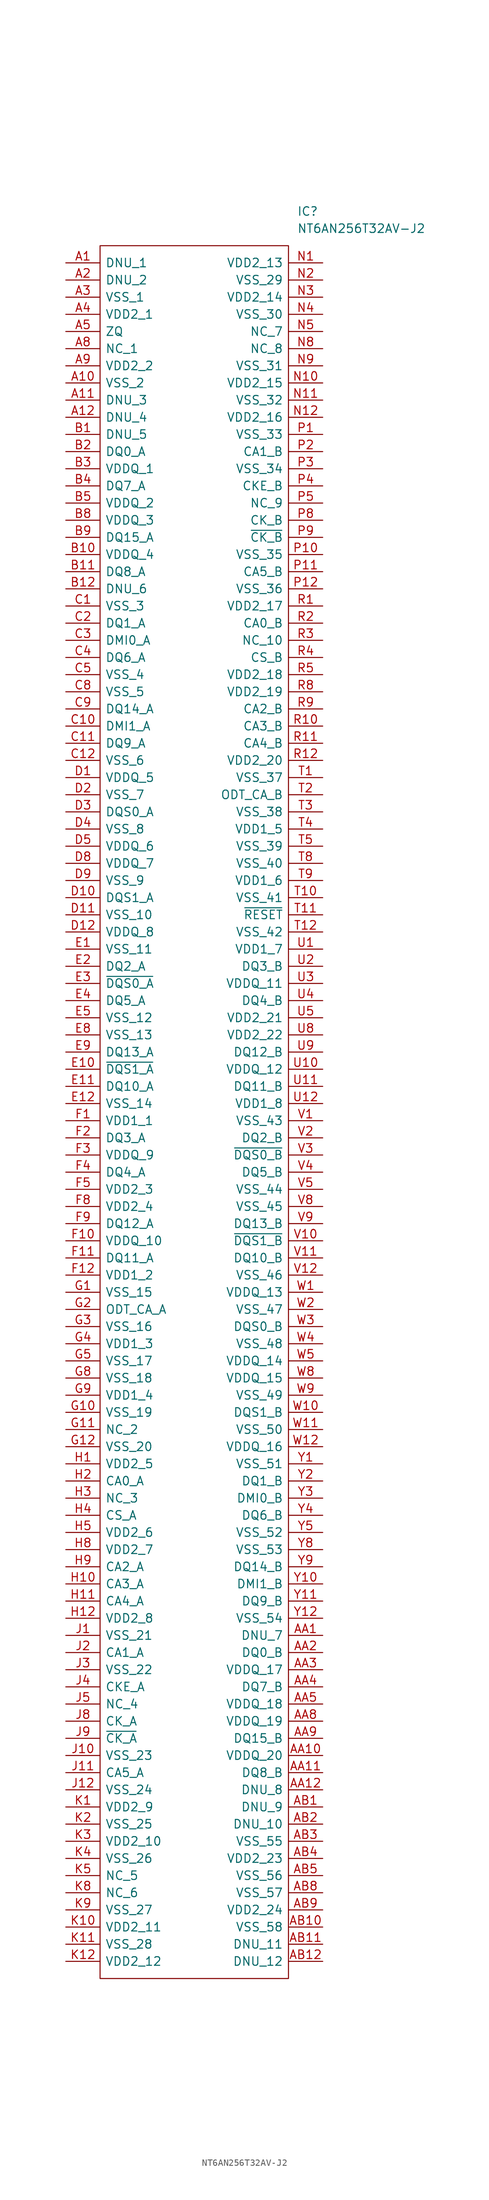
<source format=kicad_sym>
(kicad_symbol_lib
  (version 20211014)
  (generator kicad_symbol_editor)
  (symbol "NT6AN256T32AV-J2"
    (pin_names
      (offset 0.762))
    (property "Reference" "IC"
      (at 34.29 7.62 0)
      (effects (font (size 1.27 1.27)) (justify left)))
    (property "Value" "NT6AN256T32AV-J2"
      (at 34.29 5.08 0)
      (effects (font (size 1.27 1.27)) (justify left)))
    (symbol "NT6AN256T32AV-J2_0_0"
      (pin passive line (at 0 0 0) (length 5.08) (name "DNU_1" (effects (font (size 1.27 1.27)))) (number "A1" (effects (font (size 1.27 1.27)))))
      (pin passive line (at 0 -17.78 0) (length 5.08) (name "VSS_2" (effects (font (size 1.27 1.27)))) (number "A10" (effects (font (size 1.27 1.27)))))
      (pin passive line (at 0 -20.32 0) (length 5.08) (name "DNU_3" (effects (font (size 1.27 1.27)))) (number "A11" (effects (font (size 1.27 1.27)))))
      (pin passive line (at 0 -22.86 0) (length 5.08) (name "DNU_4" (effects (font (size 1.27 1.27)))) (number "A12" (effects (font (size 1.27 1.27)))))
      (pin passive line (at 0 -2.54 0) (length 5.08) (name "DNU_2" (effects (font (size 1.27 1.27)))) (number "A2" (effects (font (size 1.27 1.27)))))
      (pin passive line (at 0 -5.08 0) (length 5.08) (name "VSS_1" (effects (font (size 1.27 1.27)))) (number "A3" (effects (font (size 1.27 1.27)))))
      (pin passive line (at 0 -7.62 0) (length 5.08) (name "VDD2_1" (effects (font (size 1.27 1.27)))) (number "A4" (effects (font (size 1.27 1.27)))))
      (pin passive line (at 0 -10.16 0) (length 5.08) (name "ZQ" (effects (font (size 1.27 1.27)))) (number "A5" (effects (font (size 1.27 1.27)))))
      (pin passive line (at 0 -12.7 0) (length 5.08) (name "NC_1" (effects (font (size 1.27 1.27)))) (number "A8" (effects (font (size 1.27 1.27)))))
      (pin passive line (at 0 -15.24 0) (length 5.08) (name "VDD2_2" (effects (font (size 1.27 1.27)))) (number "A9" (effects (font (size 1.27 1.27)))))
      (pin passive line (at 38.1 -203.2 180) (length 5.08) (name "DNU_7" (effects (font (size 1.27 1.27)))) (number "AA1" (effects (font (size 1.27 1.27)))))
      (pin passive line (at 38.1 -220.98 180) (length 5.08) (name "VDDQ_20" (effects (font (size 1.27 1.27)))) (number "AA10" (effects (font (size 1.27 1.27)))))
      (pin passive line (at 38.1 -223.52 180) (length 5.08) (name "DQ8_B" (effects (font (size 1.27 1.27)))) (number "AA11" (effects (font (size 1.27 1.27)))))
      (pin passive line (at 38.1 -226.06 180) (length 5.08) (name "DNU_8" (effects (font (size 1.27 1.27)))) (number "AA12" (effects (font (size 1.27 1.27)))))
      (pin passive line (at 38.1 -205.74 180) (length 5.08) (name "DQ0_B" (effects (font (size 1.27 1.27)))) (number "AA2" (effects (font (size 1.27 1.27)))))
      (pin passive line (at 38.1 -208.28 180) (length 5.08) (name "VDDQ_17" (effects (font (size 1.27 1.27)))) (number "AA3" (effects (font (size 1.27 1.27)))))
      (pin passive line (at 38.1 -210.82 180) (length 5.08) (name "DQ7_B" (effects (font (size 1.27 1.27)))) (number "AA4" (effects (font (size 1.27 1.27)))))
      (pin passive line (at 38.1 -213.36 180) (length 5.08) (name "VDDQ_18" (effects (font (size 1.27 1.27)))) (number "AA5" (effects (font (size 1.27 1.27)))))
      (pin passive line (at 38.1 -215.9 180) (length 5.08) (name "VDDQ_19" (effects (font (size 1.27 1.27)))) (number "AA8" (effects (font (size 1.27 1.27)))))
      (pin passive line (at 38.1 -218.44 180) (length 5.08) (name "DQ15_B" (effects (font (size 1.27 1.27)))) (number "AA9" (effects (font (size 1.27 1.27)))))
      (pin passive line (at 38.1 -228.6 180) (length 5.08) (name "DNU_9" (effects (font (size 1.27 1.27)))) (number "AB1" (effects (font (size 1.27 1.27)))))
      (pin passive line (at 38.1 -246.38 180) (length 5.08) (name "VSS_58" (effects (font (size 1.27 1.27)))) (number "AB10" (effects (font (size 1.27 1.27)))))
      (pin passive line (at 38.1 -248.92 180) (length 5.08) (name "DNU_11" (effects (font (size 1.27 1.27)))) (number "AB11" (effects (font (size 1.27 1.27)))))
      (pin passive line (at 38.1 -251.46 180) (length 5.08) (name "DNU_12" (effects (font (size 1.27 1.27)))) (number "AB12" (effects (font (size 1.27 1.27)))))
      (pin passive line (at 38.1 -231.14 180) (length 5.08) (name "DNU_10" (effects (font (size 1.27 1.27)))) (number "AB2" (effects (font (size 1.27 1.27)))))
      (pin passive line (at 38.1 -233.68 180) (length 5.08) (name "VSS_55" (effects (font (size 1.27 1.27)))) (number "AB3" (effects (font (size 1.27 1.27)))))
      (pin passive line (at 38.1 -236.22 180) (length 5.08) (name "VDD2_23" (effects (font (size 1.27 1.27)))) (number "AB4" (effects (font (size 1.27 1.27)))))
      (pin passive line (at 38.1 -238.76 180) (length 5.08) (name "VSS_56" (effects (font (size 1.27 1.27)))) (number "AB5" (effects (font (size 1.27 1.27)))))
      (pin passive line (at 38.1 -241.3 180) (length 5.08) (name "VSS_57" (effects (font (size 1.27 1.27)))) (number "AB8" (effects (font (size 1.27 1.27)))))
      (pin passive line (at 38.1 -243.84 180) (length 5.08) (name "VDD2_24" (effects (font (size 1.27 1.27)))) (number "AB9" (effects (font (size 1.27 1.27)))))
      (pin passive line (at 0 -25.4 0) (length 5.08) (name "DNU_5" (effects (font (size 1.27 1.27)))) (number "B1" (effects (font (size 1.27 1.27)))))
      (pin passive line (at 0 -43.18 0) (length 5.08) (name "VDDQ_4" (effects (font (size 1.27 1.27)))) (number "B10" (effects (font (size 1.27 1.27)))))
      (pin passive line (at 0 -45.72 0) (length 5.08) (name "DQ8_A" (effects (font (size 1.27 1.27)))) (number "B11" (effects (font (size 1.27 1.27)))))
      (pin passive line (at 0 -48.26 0) (length 5.08) (name "DNU_6" (effects (font (size 1.27 1.27)))) (number "B12" (effects (font (size 1.27 1.27)))))
      (pin passive line (at 0 -27.94 0) (length 5.08) (name "DQ0_A" (effects (font (size 1.27 1.27)))) (number "B2" (effects (font (size 1.27 1.27)))))
      (pin passive line (at 0 -30.48 0) (length 5.08) (name "VDDQ_1" (effects (font (size 1.27 1.27)))) (number "B3" (effects (font (size 1.27 1.27)))))
      (pin passive line (at 0 -33.02 0) (length 5.08) (name "DQ7_A" (effects (font (size 1.27 1.27)))) (number "B4" (effects (font (size 1.27 1.27)))))
      (pin passive line (at 0 -35.56 0) (length 5.08) (name "VDDQ_2" (effects (font (size 1.27 1.27)))) (number "B5" (effects (font (size 1.27 1.27)))))
      (pin passive line (at 0 -38.1 0) (length 5.08) (name "VDDQ_3" (effects (font (size 1.27 1.27)))) (number "B8" (effects (font (size 1.27 1.27)))))
      (pin passive line (at 0 -40.64 0) (length 5.08) (name "DQ15_A" (effects (font (size 1.27 1.27)))) (number "B9" (effects (font (size 1.27 1.27)))))
      (pin passive line (at 0 -50.8 0) (length 5.08) (name "VSS_3" (effects (font (size 1.27 1.27)))) (number "C1" (effects (font (size 1.27 1.27)))))
      (pin passive line (at 0 -68.58 0) (length 5.08) (name "DMI1_A" (effects (font (size 1.27 1.27)))) (number "C10" (effects (font (size 1.27 1.27)))))
      (pin passive line (at 0 -71.12 0) (length 5.08) (name "DQ9_A" (effects (font (size 1.27 1.27)))) (number "C11" (effects (font (size 1.27 1.27)))))
      (pin passive line (at 0 -73.66 0) (length 5.08) (name "VSS_6" (effects (font (size 1.27 1.27)))) (number "C12" (effects (font (size 1.27 1.27)))))
      (pin passive line (at 0 -53.34 0) (length 5.08) (name "DQ1_A" (effects (font (size 1.27 1.27)))) (number "C2" (effects (font (size 1.27 1.27)))))
      (pin passive line (at 0 -55.88 0) (length 5.08) (name "DMI0_A" (effects (font (size 1.27 1.27)))) (number "C3" (effects (font (size 1.27 1.27)))))
      (pin passive line (at 0 -58.42 0) (length 5.08) (name "DQ6_A" (effects (font (size 1.27 1.27)))) (number "C4" (effects (font (size 1.27 1.27)))))
      (pin passive line (at 0 -60.96 0) (length 5.08) (name "VSS_4" (effects (font (size 1.27 1.27)))) (number "C5" (effects (font (size 1.27 1.27)))))
      (pin passive line (at 0 -63.5 0) (length 5.08) (name "VSS_5" (effects (font (size 1.27 1.27)))) (number "C8" (effects (font (size 1.27 1.27)))))
      (pin passive line (at 0 -66.04 0) (length 5.08) (name "DQ14_A" (effects (font (size 1.27 1.27)))) (number "C9" (effects (font (size 1.27 1.27)))))
      (pin passive line (at 0 -76.2 0) (length 5.08) (name "VDDQ_5" (effects (font (size 1.27 1.27)))) (number "D1" (effects (font (size 1.27 1.27)))))
      (pin passive line (at 0 -93.98 0) (length 5.08) (name "DQS1_A" (effects (font (size 1.27 1.27)))) (number "D10" (effects (font (size 1.27 1.27)))))
      (pin passive line (at 0 -96.52 0) (length 5.08) (name "VSS_10" (effects (font (size 1.27 1.27)))) (number "D11" (effects (font (size 1.27 1.27)))))
      (pin passive line (at 0 -99.06 0) (length 5.08) (name "VDDQ_8" (effects (font (size 1.27 1.27)))) (number "D12" (effects (font (size 1.27 1.27)))))
      (pin passive line (at 0 -78.74 0) (length 5.08) (name "VSS_7" (effects (font (size 1.27 1.27)))) (number "D2" (effects (font (size 1.27 1.27)))))
      (pin passive line (at 0 -81.28 0) (length 5.08) (name "DQS0_A" (effects (font (size 1.27 1.27)))) (number "D3" (effects (font (size 1.27 1.27)))))
      (pin passive line (at 0 -83.82 0) (length 5.08) (name "VSS_8" (effects (font (size 1.27 1.27)))) (number "D4" (effects (font (size 1.27 1.27)))))
      (pin passive line (at 0 -86.36 0) (length 5.08) (name "VDDQ_6" (effects (font (size 1.27 1.27)))) (number "D5" (effects (font (size 1.27 1.27)))))
      (pin passive line (at 0 -88.9 0) (length 5.08) (name "VDDQ_7" (effects (font (size 1.27 1.27)))) (number "D8" (effects (font (size 1.27 1.27)))))
      (pin passive line (at 0 -91.44 0) (length 5.08) (name "VSS_9" (effects (font (size 1.27 1.27)))) (number "D9" (effects (font (size 1.27 1.27)))))
      (pin passive line (at 0 -101.6 0) (length 5.08) (name "VSS_11" (effects (font (size 1.27 1.27)))) (number "E1" (effects (font (size 1.27 1.27)))))
      (pin passive line (at 0 -119.38 0) (length 5.08) (name "~{DQS1_A}" (effects (font (size 1.27 1.27)))) (number "E10" (effects (font (size 1.27 1.27)))))
      (pin passive line (at 0 -121.92 0) (length 5.08) (name "DQ10_A" (effects (font (size 1.27 1.27)))) (number "E11" (effects (font (size 1.27 1.27)))))
      (pin passive line (at 0 -124.46 0) (length 5.08) (name "VSS_14" (effects (font (size 1.27 1.27)))) (number "E12" (effects (font (size 1.27 1.27)))))
      (pin passive line (at 0 -104.14 0) (length 5.08) (name "DQ2_A" (effects (font (size 1.27 1.27)))) (number "E2" (effects (font (size 1.27 1.27)))))
      (pin passive line (at 0 -106.68 0) (length 5.08) (name "~{DQS0_A}" (effects (font (size 1.27 1.27)))) (number "E3" (effects (font (size 1.27 1.27)))))
      (pin passive line (at 0 -109.22 0) (length 5.08) (name "DQ5_A" (effects (font (size 1.27 1.27)))) (number "E4" (effects (font (size 1.27 1.27)))))
      (pin passive line (at 0 -111.76 0) (length 5.08) (name "VSS_12" (effects (font (size 1.27 1.27)))) (number "E5" (effects (font (size 1.27 1.27)))))
      (pin passive line (at 0 -114.3 0) (length 5.08) (name "VSS_13" (effects (font (size 1.27 1.27)))) (number "E8" (effects (font (size 1.27 1.27)))))
      (pin passive line (at 0 -116.84 0) (length 5.08) (name "DQ13_A" (effects (font (size 1.27 1.27)))) (number "E9" (effects (font (size 1.27 1.27)))))
      (pin passive line (at 0 -127 0) (length 5.08) (name "VDD1_1" (effects (font (size 1.27 1.27)))) (number "F1" (effects (font (size 1.27 1.27)))))
      (pin passive line (at 0 -144.78 0) (length 5.08) (name "VDDQ_10" (effects (font (size 1.27 1.27)))) (number "F10" (effects (font (size 1.27 1.27)))))
      (pin passive line (at 0 -147.32 0) (length 5.08) (name "DQ11_A" (effects (font (size 1.27 1.27)))) (number "F11" (effects (font (size 1.27 1.27)))))
      (pin passive line (at 0 -149.86 0) (length 5.08) (name "VDD1_2" (effects (font (size 1.27 1.27)))) (number "F12" (effects (font (size 1.27 1.27)))))
      (pin passive line (at 0 -129.54 0) (length 5.08) (name "DQ3_A" (effects (font (size 1.27 1.27)))) (number "F2" (effects (font (size 1.27 1.27)))))
      (pin passive line (at 0 -132.08 0) (length 5.08) (name "VDDQ_9" (effects (font (size 1.27 1.27)))) (number "F3" (effects (font (size 1.27 1.27)))))
      (pin passive line (at 0 -134.62 0) (length 5.08) (name "DQ4_A" (effects (font (size 1.27 1.27)))) (number "F4" (effects (font (size 1.27 1.27)))))
      (pin passive line (at 0 -137.16 0) (length 5.08) (name "VDD2_3" (effects (font (size 1.27 1.27)))) (number "F5" (effects (font (size 1.27 1.27)))))
      (pin passive line (at 0 -139.7 0) (length 5.08) (name "VDD2_4" (effects (font (size 1.27 1.27)))) (number "F8" (effects (font (size 1.27 1.27)))))
      (pin passive line (at 0 -142.24 0) (length 5.08) (name "DQ12_A" (effects (font (size 1.27 1.27)))) (number "F9" (effects (font (size 1.27 1.27)))))
      (pin passive line (at 0 -152.4 0) (length 5.08) (name "VSS_15" (effects (font (size 1.27 1.27)))) (number "G1" (effects (font (size 1.27 1.27)))))
      (pin passive line (at 0 -170.18 0) (length 5.08) (name "VSS_19" (effects (font (size 1.27 1.27)))) (number "G10" (effects (font (size 1.27 1.27)))))
      (pin passive line (at 0 -172.72 0) (length 5.08) (name "NC_2" (effects (font (size 1.27 1.27)))) (number "G11" (effects (font (size 1.27 1.27)))))
      (pin passive line (at 0 -175.26 0) (length 5.08) (name "VSS_20" (effects (font (size 1.27 1.27)))) (number "G12" (effects (font (size 1.27 1.27)))))
      (pin passive line (at 0 -154.94 0) (length 5.08) (name "ODT_CA_A" (effects (font (size 1.27 1.27)))) (number "G2" (effects (font (size 1.27 1.27)))))
      (pin passive line (at 0 -157.48 0) (length 5.08) (name "VSS_16" (effects (font (size 1.27 1.27)))) (number "G3" (effects (font (size 1.27 1.27)))))
      (pin passive line (at 0 -160.02 0) (length 5.08) (name "VDD1_3" (effects (font (size 1.27 1.27)))) (number "G4" (effects (font (size 1.27 1.27)))))
      (pin passive line (at 0 -162.56 0) (length 5.08) (name "VSS_17" (effects (font (size 1.27 1.27)))) (number "G5" (effects (font (size 1.27 1.27)))))
      (pin passive line (at 0 -165.1 0) (length 5.08) (name "VSS_18" (effects (font (size 1.27 1.27)))) (number "G8" (effects (font (size 1.27 1.27)))))
      (pin passive line (at 0 -167.64 0) (length 5.08) (name "VDD1_4" (effects (font (size 1.27 1.27)))) (number "G9" (effects (font (size 1.27 1.27)))))
      (pin passive line (at 0 -177.8 0) (length 5.08) (name "VDD2_5" (effects (font (size 1.27 1.27)))) (number "H1" (effects (font (size 1.27 1.27)))))
      (pin passive line (at 0 -195.58 0) (length 5.08) (name "CA3_A" (effects (font (size 1.27 1.27)))) (number "H10" (effects (font (size 1.27 1.27)))))
      (pin passive line (at 0 -198.12 0) (length 5.08) (name "CA4_A" (effects (font (size 1.27 1.27)))) (number "H11" (effects (font (size 1.27 1.27)))))
      (pin passive line (at 0 -200.66 0) (length 5.08) (name "VDD2_8" (effects (font (size 1.27 1.27)))) (number "H12" (effects (font (size 1.27 1.27)))))
      (pin passive line (at 0 -180.34 0) (length 5.08) (name "CA0_A" (effects (font (size 1.27 1.27)))) (number "H2" (effects (font (size 1.27 1.27)))))
      (pin passive line (at 0 -182.88 0) (length 5.08) (name "NC_3" (effects (font (size 1.27 1.27)))) (number "H3" (effects (font (size 1.27 1.27)))))
      (pin passive line (at 0 -185.42 0) (length 5.08) (name "CS_A" (effects (font (size 1.27 1.27)))) (number "H4" (effects (font (size 1.27 1.27)))))
      (pin passive line (at 0 -187.96 0) (length 5.08) (name "VDD2_6" (effects (font (size 1.27 1.27)))) (number "H5" (effects (font (size 1.27 1.27)))))
      (pin passive line (at 0 -190.5 0) (length 5.08) (name "VDD2_7" (effects (font (size 1.27 1.27)))) (number "H8" (effects (font (size 1.27 1.27)))))
      (pin passive line (at 0 -193.04 0) (length 5.08) (name "CA2_A" (effects (font (size 1.27 1.27)))) (number "H9" (effects (font (size 1.27 1.27)))))
      (pin passive line (at 0 -203.2 0) (length 5.08) (name "VSS_21" (effects (font (size 1.27 1.27)))) (number "J1" (effects (font (size 1.27 1.27)))))
      (pin passive line (at 0 -220.98 0) (length 5.08) (name "VSS_23" (effects (font (size 1.27 1.27)))) (number "J10" (effects (font (size 1.27 1.27)))))
      (pin passive line (at 0 -223.52 0) (length 5.08) (name "CA5_A" (effects (font (size 1.27 1.27)))) (number "J11" (effects (font (size 1.27 1.27)))))
      (pin passive line (at 0 -226.06 0) (length 5.08) (name "VSS_24" (effects (font (size 1.27 1.27)))) (number "J12" (effects (font (size 1.27 1.27)))))
      (pin passive line (at 0 -205.74 0) (length 5.08) (name "CA1_A" (effects (font (size 1.27 1.27)))) (number "J2" (effects (font (size 1.27 1.27)))))
      (pin passive line (at 0 -208.28 0) (length 5.08) (name "VSS_22" (effects (font (size 1.27 1.27)))) (number "J3" (effects (font (size 1.27 1.27)))))
      (pin passive line (at 0 -210.82 0) (length 5.08) (name "CKE_A" (effects (font (size 1.27 1.27)))) (number "J4" (effects (font (size 1.27 1.27)))))
      (pin passive line (at 0 -213.36 0) (length 5.08) (name "NC_4" (effects (font (size 1.27 1.27)))) (number "J5" (effects (font (size 1.27 1.27)))))
      (pin passive line (at 0 -215.9 0) (length 5.08) (name "CK_A" (effects (font (size 1.27 1.27)))) (number "J8" (effects (font (size 1.27 1.27)))))
      (pin passive line (at 0 -218.44 0) (length 5.08) (name "~{CK_A}" (effects (font (size 1.27 1.27)))) (number "J9" (effects (font (size 1.27 1.27)))))
      (pin passive line (at 0 -228.6 0) (length 5.08) (name "VDD2_9" (effects (font (size 1.27 1.27)))) (number "K1" (effects (font (size 1.27 1.27)))))
      (pin passive line (at 0 -246.38 0) (length 5.08) (name "VDD2_11" (effects (font (size 1.27 1.27)))) (number "K10" (effects (font (size 1.27 1.27)))))
      (pin passive line (at 0 -248.92 0) (length 5.08) (name "VSS_28" (effects (font (size 1.27 1.27)))) (number "K11" (effects (font (size 1.27 1.27)))))
      (pin passive line (at 0 -251.46 0) (length 5.08) (name "VDD2_12" (effects (font (size 1.27 1.27)))) (number "K12" (effects (font (size 1.27 1.27)))))
      (pin passive line (at 0 -231.14 0) (length 5.08) (name "VSS_25" (effects (font (size 1.27 1.27)))) (number "K2" (effects (font (size 1.27 1.27)))))
      (pin passive line (at 0 -233.68 0) (length 5.08) (name "VDD2_10" (effects (font (size 1.27 1.27)))) (number "K3" (effects (font (size 1.27 1.27)))))
      (pin passive line (at 0 -236.22 0) (length 5.08) (name "VSS_26" (effects (font (size 1.27 1.27)))) (number "K4" (effects (font (size 1.27 1.27)))))
      (pin passive line (at 0 -238.76 0) (length 5.08) (name "NC_5" (effects (font (size 1.27 1.27)))) (number "K5" (effects (font (size 1.27 1.27)))))
      (pin passive line (at 0 -241.3 0) (length 5.08) (name "NC_6" (effects (font (size 1.27 1.27)))) (number "K8" (effects (font (size 1.27 1.27)))))
      (pin passive line (at 0 -243.84 0) (length 5.08) (name "VSS_27" (effects (font (size 1.27 1.27)))) (number "K9" (effects (font (size 1.27 1.27)))))
      (pin passive line (at 38.1 0 180) (length 5.08) (name "VDD2_13" (effects (font (size 1.27 1.27)))) (number "N1" (effects (font (size 1.27 1.27)))))
      (pin passive line (at 38.1 -17.78 180) (length 5.08) (name "VDD2_15" (effects (font (size 1.27 1.27)))) (number "N10" (effects (font (size 1.27 1.27)))))
      (pin passive line (at 38.1 -20.32 180) (length 5.08) (name "VSS_32" (effects (font (size 1.27 1.27)))) (number "N11" (effects (font (size 1.27 1.27)))))
      (pin passive line (at 38.1 -22.86 180) (length 5.08) (name "VDD2_16" (effects (font (size 1.27 1.27)))) (number "N12" (effects (font (size 1.27 1.27)))))
      (pin passive line (at 38.1 -2.54 180) (length 5.08) (name "VSS_29" (effects (font (size 1.27 1.27)))) (number "N2" (effects (font (size 1.27 1.27)))))
      (pin passive line (at 38.1 -5.08 180) (length 5.08) (name "VDD2_14" (effects (font (size 1.27 1.27)))) (number "N3" (effects (font (size 1.27 1.27)))))
      (pin passive line (at 38.1 -7.62 180) (length 5.08) (name "VSS_30" (effects (font (size 1.27 1.27)))) (number "N4" (effects (font (size 1.27 1.27)))))
      (pin passive line (at 38.1 -10.16 180) (length 5.08) (name "NC_7" (effects (font (size 1.27 1.27)))) (number "N5" (effects (font (size 1.27 1.27)))))
      (pin passive line (at 38.1 -12.7 180) (length 5.08) (name "NC_8" (effects (font (size 1.27 1.27)))) (number "N8" (effects (font (size 1.27 1.27)))))
      (pin passive line (at 38.1 -15.24 180) (length 5.08) (name "VSS_31" (effects (font (size 1.27 1.27)))) (number "N9" (effects (font (size 1.27 1.27)))))
      (pin passive line (at 38.1 -25.4 180) (length 5.08) (name "VSS_33" (effects (font (size 1.27 1.27)))) (number "P1" (effects (font (size 1.27 1.27)))))
      (pin passive line (at 38.1 -43.18 180) (length 5.08) (name "VSS_35" (effects (font (size 1.27 1.27)))) (number "P10" (effects (font (size 1.27 1.27)))))
      (pin passive line (at 38.1 -45.72 180) (length 5.08) (name "CA5_B" (effects (font (size 1.27 1.27)))) (number "P11" (effects (font (size 1.27 1.27)))))
      (pin passive line (at 38.1 -48.26 180) (length 5.08) (name "VSS_36" (effects (font (size 1.27 1.27)))) (number "P12" (effects (font (size 1.27 1.27)))))
      (pin passive line (at 38.1 -27.94 180) (length 5.08) (name "CA1_B" (effects (font (size 1.27 1.27)))) (number "P2" (effects (font (size 1.27 1.27)))))
      (pin passive line (at 38.1 -30.48 180) (length 5.08) (name "VSS_34" (effects (font (size 1.27 1.27)))) (number "P3" (effects (font (size 1.27 1.27)))))
      (pin passive line (at 38.1 -33.02 180) (length 5.08) (name "CKE_B" (effects (font (size 1.27 1.27)))) (number "P4" (effects (font (size 1.27 1.27)))))
      (pin passive line (at 38.1 -35.56 180) (length 5.08) (name "NC_9" (effects (font (size 1.27 1.27)))) (number "P5" (effects (font (size 1.27 1.27)))))
      (pin passive line (at 38.1 -38.1 180) (length 5.08) (name "CK_B" (effects (font (size 1.27 1.27)))) (number "P8" (effects (font (size 1.27 1.27)))))
      (pin passive line (at 38.1 -40.64 180) (length 5.08) (name "~{CK_B}" (effects (font (size 1.27 1.27)))) (number "P9" (effects (font (size 1.27 1.27)))))
      (pin passive line (at 38.1 -50.8 180) (length 5.08) (name "VDD2_17" (effects (font (size 1.27 1.27)))) (number "R1" (effects (font (size 1.27 1.27)))))
      (pin passive line (at 38.1 -68.58 180) (length 5.08) (name "CA3_B" (effects (font (size 1.27 1.27)))) (number "R10" (effects (font (size 1.27 1.27)))))
      (pin passive line (at 38.1 -71.12 180) (length 5.08) (name "CA4_B" (effects (font (size 1.27 1.27)))) (number "R11" (effects (font (size 1.27 1.27)))))
      (pin passive line (at 38.1 -73.66 180) (length 5.08) (name "VDD2_20" (effects (font (size 1.27 1.27)))) (number "R12" (effects (font (size 1.27 1.27)))))
      (pin passive line (at 38.1 -53.34 180) (length 5.08) (name "CA0_B" (effects (font (size 1.27 1.27)))) (number "R2" (effects (font (size 1.27 1.27)))))
      (pin passive line (at 38.1 -55.88 180) (length 5.08) (name "NC_10" (effects (font (size 1.27 1.27)))) (number "R3" (effects (font (size 1.27 1.27)))))
      (pin passive line (at 38.1 -58.42 180) (length 5.08) (name "CS_B" (effects (font (size 1.27 1.27)))) (number "R4" (effects (font (size 1.27 1.27)))))
      (pin passive line (at 38.1 -60.96 180) (length 5.08) (name "VDD2_18" (effects (font (size 1.27 1.27)))) (number "R5" (effects (font (size 1.27 1.27)))))
      (pin passive line (at 38.1 -63.5 180) (length 5.08) (name "VDD2_19" (effects (font (size 1.27 1.27)))) (number "R8" (effects (font (size 1.27 1.27)))))
      (pin passive line (at 38.1 -66.04 180) (length 5.08) (name "CA2_B" (effects (font (size 1.27 1.27)))) (number "R9" (effects (font (size 1.27 1.27)))))
      (pin passive line (at 38.1 -76.2 180) (length 5.08) (name "VSS_37" (effects (font (size 1.27 1.27)))) (number "T1" (effects (font (size 1.27 1.27)))))
      (pin passive line (at 38.1 -93.98 180) (length 5.08) (name "VSS_41" (effects (font (size 1.27 1.27)))) (number "T10" (effects (font (size 1.27 1.27)))))
      (pin passive line (at 38.1 -96.52 180) (length 5.08) (name "~{RESET}" (effects (font (size 1.27 1.27)))) (number "T11" (effects (font (size 1.27 1.27)))))
      (pin passive line (at 38.1 -99.06 180) (length 5.08) (name "VSS_42" (effects (font (size 1.27 1.27)))) (number "T12" (effects (font (size 1.27 1.27)))))
      (pin passive line (at 38.1 -78.74 180) (length 5.08) (name "ODT_CA_B" (effects (font (size 1.27 1.27)))) (number "T2" (effects (font (size 1.27 1.27)))))
      (pin passive line (at 38.1 -81.28 180) (length 5.08) (name "VSS_38" (effects (font (size 1.27 1.27)))) (number "T3" (effects (font (size 1.27 1.27)))))
      (pin passive line (at 38.1 -83.82 180) (length 5.08) (name "VDD1_5" (effects (font (size 1.27 1.27)))) (number "T4" (effects (font (size 1.27 1.27)))))
      (pin passive line (at 38.1 -86.36 180) (length 5.08) (name "VSS_39" (effects (font (size 1.27 1.27)))) (number "T5" (effects (font (size 1.27 1.27)))))
      (pin passive line (at 38.1 -88.9 180) (length 5.08) (name "VSS_40" (effects (font (size 1.27 1.27)))) (number "T8" (effects (font (size 1.27 1.27)))))
      (pin passive line (at 38.1 -91.44 180) (length 5.08) (name "VDD1_6" (effects (font (size 1.27 1.27)))) (number "T9" (effects (font (size 1.27 1.27)))))
      (pin passive line (at 38.1 -101.6 180) (length 5.08) (name "VDD1_7" (effects (font (size 1.27 1.27)))) (number "U1" (effects (font (size 1.27 1.27)))))
      (pin passive line (at 38.1 -119.38 180) (length 5.08) (name "VDDQ_12" (effects (font (size 1.27 1.27)))) (number "U10" (effects (font (size 1.27 1.27)))))
      (pin passive line (at 38.1 -121.92 180) (length 5.08) (name "DQ11_B" (effects (font (size 1.27 1.27)))) (number "U11" (effects (font (size 1.27 1.27)))))
      (pin passive line (at 38.1 -124.46 180) (length 5.08) (name "VDD1_8" (effects (font (size 1.27 1.27)))) (number "U12" (effects (font (size 1.27 1.27)))))
      (pin passive line (at 38.1 -104.14 180) (length 5.08) (name "DQ3_B" (effects (font (size 1.27 1.27)))) (number "U2" (effects (font (size 1.27 1.27)))))
      (pin passive line (at 38.1 -106.68 180) (length 5.08) (name "VDDQ_11" (effects (font (size 1.27 1.27)))) (number "U3" (effects (font (size 1.27 1.27)))))
      (pin passive line (at 38.1 -109.22 180) (length 5.08) (name "DQ4_B" (effects (font (size 1.27 1.27)))) (number "U4" (effects (font (size 1.27 1.27)))))
      (pin passive line (at 38.1 -111.76 180) (length 5.08) (name "VDD2_21" (effects (font (size 1.27 1.27)))) (number "U5" (effects (font (size 1.27 1.27)))))
      (pin passive line (at 38.1 -114.3 180) (length 5.08) (name "VDD2_22" (effects (font (size 1.27 1.27)))) (number "U8" (effects (font (size 1.27 1.27)))))
      (pin passive line (at 38.1 -116.84 180) (length 5.08) (name "DQ12_B" (effects (font (size 1.27 1.27)))) (number "U9" (effects (font (size 1.27 1.27)))))
      (pin passive line (at 38.1 -127 180) (length 5.08) (name "VSS_43" (effects (font (size 1.27 1.27)))) (number "V1" (effects (font (size 1.27 1.27)))))
      (pin passive line (at 38.1 -144.78 180) (length 5.08) (name "~{DQS1_B}" (effects (font (size 1.27 1.27)))) (number "V10" (effects (font (size 1.27 1.27)))))
      (pin passive line (at 38.1 -147.32 180) (length 5.08) (name "DQ10_B" (effects (font (size 1.27 1.27)))) (number "V11" (effects (font (size 1.27 1.27)))))
      (pin passive line (at 38.1 -149.86 180) (length 5.08) (name "VSS_46" (effects (font (size 1.27 1.27)))) (number "V12" (effects (font (size 1.27 1.27)))))
      (pin passive line (at 38.1 -129.54 180) (length 5.08) (name "DQ2_B" (effects (font (size 1.27 1.27)))) (number "V2" (effects (font (size 1.27 1.27)))))
      (pin passive line (at 38.1 -132.08 180) (length 5.08) (name "~{DQS0_B}" (effects (font (size 1.27 1.27)))) (number "V3" (effects (font (size 1.27 1.27)))))
      (pin passive line (at 38.1 -134.62 180) (length 5.08) (name "DQ5_B" (effects (font (size 1.27 1.27)))) (number "V4" (effects (font (size 1.27 1.27)))))
      (pin passive line (at 38.1 -137.16 180) (length 5.08) (name "VSS_44" (effects (font (size 1.27 1.27)))) (number "V5" (effects (font (size 1.27 1.27)))))
      (pin passive line (at 38.1 -139.7 180) (length 5.08) (name "VSS_45" (effects (font (size 1.27 1.27)))) (number "V8" (effects (font (size 1.27 1.27)))))
      (pin passive line (at 38.1 -142.24 180) (length 5.08) (name "DQ13_B" (effects (font (size 1.27 1.27)))) (number "V9" (effects (font (size 1.27 1.27)))))
      (pin passive line (at 38.1 -152.4 180) (length 5.08) (name "VDDQ_13" (effects (font (size 1.27 1.27)))) (number "W1" (effects (font (size 1.27 1.27)))))
      (pin passive line (at 38.1 -170.18 180) (length 5.08) (name "DQS1_B" (effects (font (size 1.27 1.27)))) (number "W10" (effects (font (size 1.27 1.27)))))
      (pin passive line (at 38.1 -172.72 180) (length 5.08) (name "VSS_50" (effects (font (size 1.27 1.27)))) (number "W11" (effects (font (size 1.27 1.27)))))
      (pin passive line (at 38.1 -175.26 180) (length 5.08) (name "VDDQ_16" (effects (font (size 1.27 1.27)))) (number "W12" (effects (font (size 1.27 1.27)))))
      (pin passive line (at 38.1 -154.94 180) (length 5.08) (name "VSS_47" (effects (font (size 1.27 1.27)))) (number "W2" (effects (font (size 1.27 1.27)))))
      (pin passive line (at 38.1 -157.48 180) (length 5.08) (name "DQS0_B" (effects (font (size 1.27 1.27)))) (number "W3" (effects (font (size 1.27 1.27)))))
      (pin passive line (at 38.1 -160.02 180) (length 5.08) (name "VSS_48" (effects (font (size 1.27 1.27)))) (number "W4" (effects (font (size 1.27 1.27)))))
      (pin passive line (at 38.1 -162.56 180) (length 5.08) (name "VDDQ_14" (effects (font (size 1.27 1.27)))) (number "W5" (effects (font (size 1.27 1.27)))))
      (pin passive line (at 38.1 -165.1 180) (length 5.08) (name "VDDQ_15" (effects (font (size 1.27 1.27)))) (number "W8" (effects (font (size 1.27 1.27)))))
      (pin passive line (at 38.1 -167.64 180) (length 5.08) (name "VSS_49" (effects (font (size 1.27 1.27)))) (number "W9" (effects (font (size 1.27 1.27)))))
      (pin passive line (at 38.1 -177.8 180) (length 5.08) (name "VSS_51" (effects (font (size 1.27 1.27)))) (number "Y1" (effects (font (size 1.27 1.27)))))
      (pin passive line (at 38.1 -195.58 180) (length 5.08) (name "DMI1_B" (effects (font (size 1.27 1.27)))) (number "Y10" (effects (font (size 1.27 1.27)))))
      (pin passive line (at 38.1 -198.12 180) (length 5.08) (name "DQ9_B" (effects (font (size 1.27 1.27)))) (number "Y11" (effects (font (size 1.27 1.27)))))
      (pin passive line (at 38.1 -200.66 180) (length 5.08) (name "VSS_54" (effects (font (size 1.27 1.27)))) (number "Y12" (effects (font (size 1.27 1.27)))))
      (pin passive line (at 38.1 -180.34 180) (length 5.08) (name "DQ1_B" (effects (font (size 1.27 1.27)))) (number "Y2" (effects (font (size 1.27 1.27)))))
      (pin passive line (at 38.1 -182.88 180) (length 5.08) (name "DMI0_B" (effects (font (size 1.27 1.27)))) (number "Y3" (effects (font (size 1.27 1.27)))))
      (pin passive line (at 38.1 -185.42 180) (length 5.08) (name "DQ6_B" (effects (font (size 1.27 1.27)))) (number "Y4" (effects (font (size 1.27 1.27)))))
      (pin passive line (at 38.1 -187.96 180) (length 5.08) (name "VSS_52" (effects (font (size 1.27 1.27)))) (number "Y5" (effects (font (size 1.27 1.27)))))
      (pin passive line (at 38.1 -190.5 180) (length 5.08) (name "VSS_53" (effects (font (size 1.27 1.27)))) (number "Y8" (effects (font (size 1.27 1.27)))))
      (pin passive line (at 38.1 -193.04 180) (length 5.08) (name "DQ14_B" (effects (font (size 1.27 1.27)))) (number "Y9" (effects (font (size 1.27 1.27))))))
    (symbol "NT6AN256T32AV-J2_0_1"
      (polyline (pts (xy 5.08 2.54) (xy 33.02 2.54) (xy 33.02 -254) (xy 5.08 -254) (xy 5.08 2.54)) (stroke (width 0.152) (type default) (color 0 0 0 0)) (fill (type none))))))
</source>
